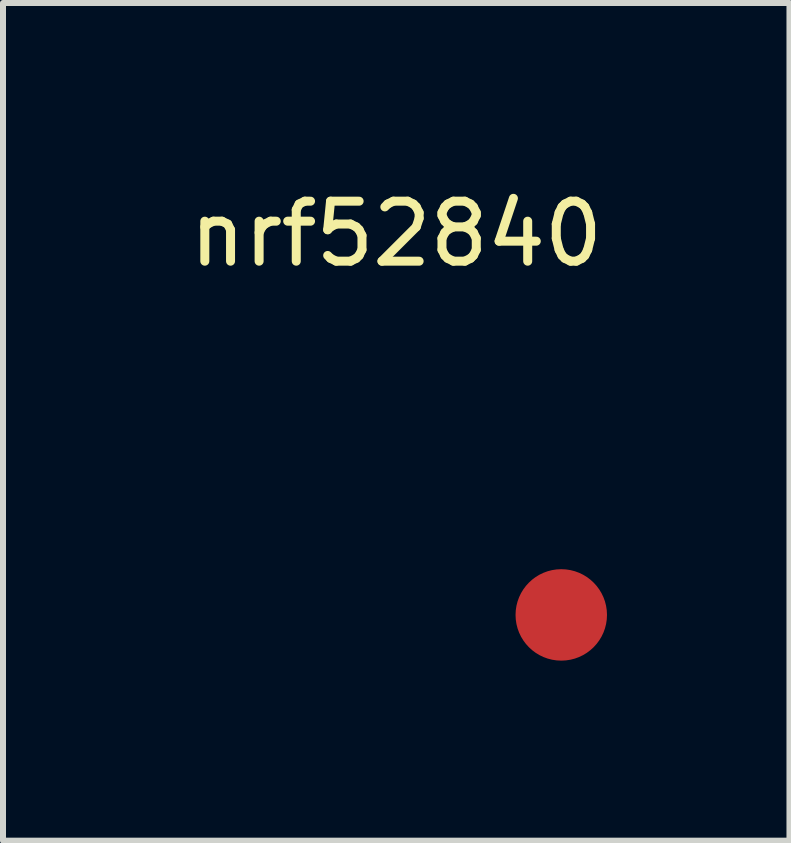
<source format=kicad_pcb>
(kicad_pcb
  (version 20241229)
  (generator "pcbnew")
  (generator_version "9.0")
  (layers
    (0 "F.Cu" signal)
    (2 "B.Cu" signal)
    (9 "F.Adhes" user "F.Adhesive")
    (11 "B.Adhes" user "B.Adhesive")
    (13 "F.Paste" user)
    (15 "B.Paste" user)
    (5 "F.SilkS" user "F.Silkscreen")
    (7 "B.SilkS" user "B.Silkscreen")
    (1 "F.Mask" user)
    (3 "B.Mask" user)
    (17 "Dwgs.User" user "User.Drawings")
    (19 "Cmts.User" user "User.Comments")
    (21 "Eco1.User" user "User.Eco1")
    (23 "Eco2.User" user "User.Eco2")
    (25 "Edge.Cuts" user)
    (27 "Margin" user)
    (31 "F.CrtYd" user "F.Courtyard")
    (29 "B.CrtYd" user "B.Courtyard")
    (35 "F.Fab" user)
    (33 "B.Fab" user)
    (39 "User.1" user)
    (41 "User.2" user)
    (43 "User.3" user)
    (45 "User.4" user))
  (footprint "nrf52840"
    (layer "F.Cu")
    (at 3.554 7.198)
    (property "Reference" "nrf52840" (at 0 -6.35 0) (layer "F.SilkS") (effects (font (size 1 1) (thickness 0.15))))
    (attr through_hole)
    (pad "1" smd circle (at 2.75 0) (size 1.524 1.524) (layers "F.Cu" "F.Mask" "F.Paste")))
  (gr_rect
    (start -3 -3)
    (end 10.107 10.96)
    (stroke (width 0.1) (type default))
    (fill no)
    (layer "Edge.Cuts")))
</source>
